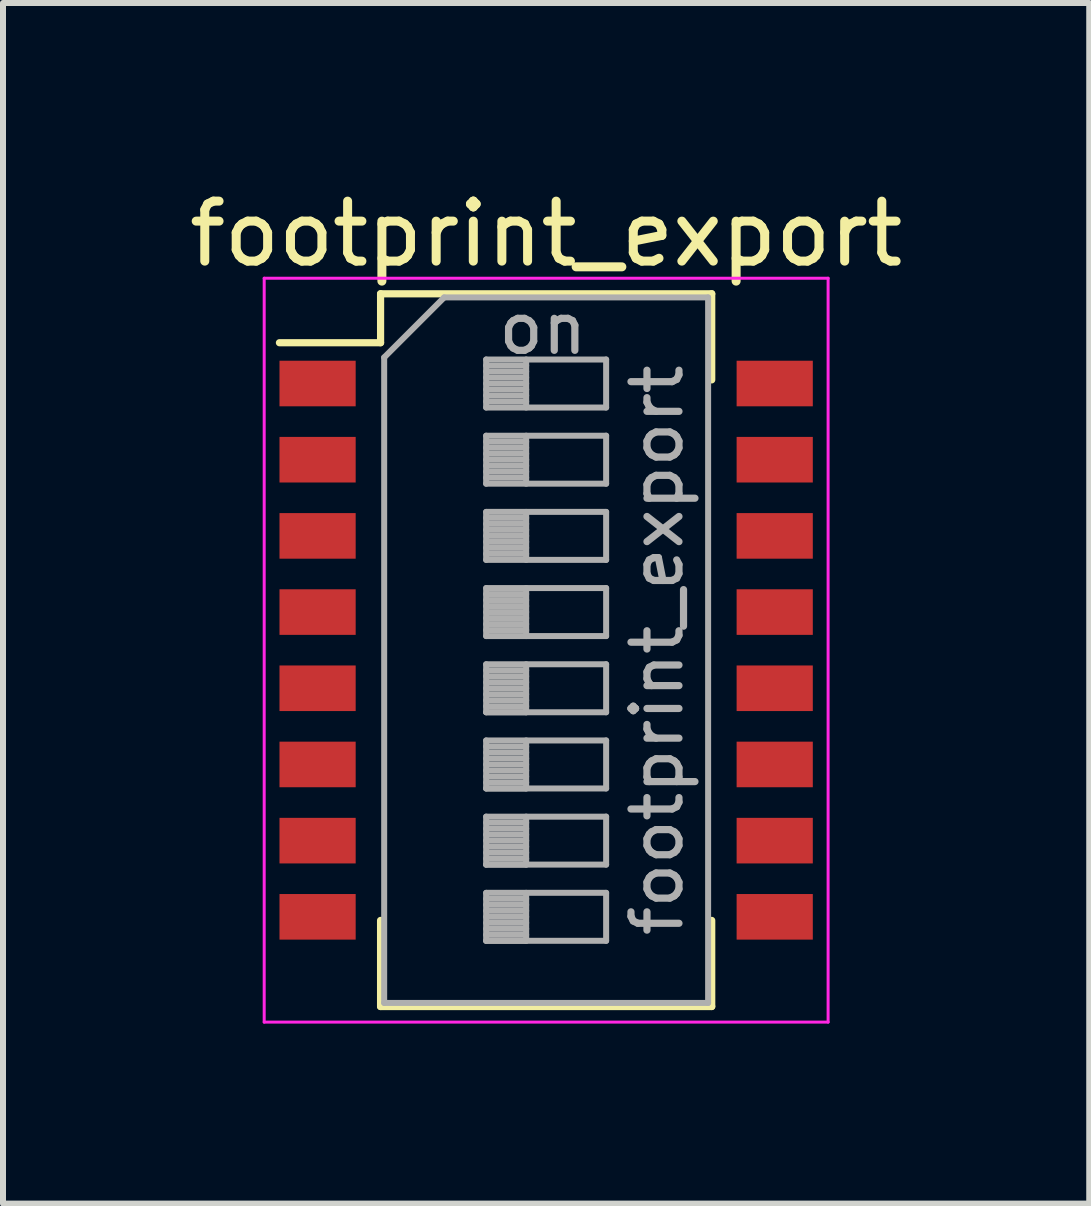
<source format=kicad_pcb>
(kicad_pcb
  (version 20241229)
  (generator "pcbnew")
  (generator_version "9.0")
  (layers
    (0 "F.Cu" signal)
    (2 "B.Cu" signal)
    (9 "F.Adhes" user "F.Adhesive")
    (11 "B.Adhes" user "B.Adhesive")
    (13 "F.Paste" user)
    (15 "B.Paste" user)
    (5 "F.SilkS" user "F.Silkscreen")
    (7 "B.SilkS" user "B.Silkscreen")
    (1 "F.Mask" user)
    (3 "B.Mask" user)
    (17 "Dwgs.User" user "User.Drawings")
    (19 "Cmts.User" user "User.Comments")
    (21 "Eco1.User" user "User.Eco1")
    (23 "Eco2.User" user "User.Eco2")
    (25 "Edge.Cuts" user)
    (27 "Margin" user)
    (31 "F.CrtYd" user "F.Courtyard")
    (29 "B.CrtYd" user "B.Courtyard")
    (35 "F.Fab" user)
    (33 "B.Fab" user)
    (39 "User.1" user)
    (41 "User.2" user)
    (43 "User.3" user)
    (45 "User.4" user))
  (footprint "footprint_export"
    (layer "F.Cu")
    (at 6.054 7.788)
    (property "Reference" "footprint_export" (at 0 -6.94 0) (layer "F.SilkS") (effects (font (size 1 1) (thickness 0.15))))
    (attr smd)
    (fp_line (start -4.446 -5.125) (end -2.76 -5.125) (stroke (width 0.12) (type solid)) (layer "F.SilkS"))
    (fp_line (start -2.76 -5.941) (end -2.76 -5.125) (stroke (width 0.12) (type solid)) (layer "F.SilkS"))
    (fp_line (start -2.76 -5.941) (end 2.76 -5.941) (stroke (width 0.12) (type solid)) (layer "F.SilkS"))
    (fp_line (start -2.76 4.505) (end -2.76 5.94) (stroke (width 0.12) (type solid)) (layer "F.SilkS"))
    (fp_line (start -2.76 5.94) (end 2.76 5.94) (stroke (width 0.12) (type solid)) (layer "F.SilkS"))
    (fp_line (start 2.76 -5.941) (end 2.76 -4.506) (stroke (width 0.12) (type solid)) (layer "F.SilkS"))
    (fp_line (start 2.76 4.505) (end 2.76 5.94) (stroke (width 0.12) (type solid)) (layer "F.SilkS"))
    (fp_line (start -4.7 -6.2) (end -4.7 6.2) (stroke (width 0.05) (type solid)) (layer "F.CrtYd"))
    (fp_line (start -4.7 6.2) (end 4.7 6.2) (stroke (width 0.05) (type solid)) (layer "F.CrtYd"))
    (fp_line (start 4.7 -6.2) (end -4.7 -6.2) (stroke (width 0.05) (type solid)) (layer "F.CrtYd"))
    (fp_line (start 4.7 6.2) (end 4.7 -6.2) (stroke (width 0.05) (type solid)) (layer "F.CrtYd"))
    (fp_line (start -2.7 -4.88) (end -1.7 -5.88) (stroke (width 0.1) (type solid)) (layer "F.Fab"))
    (fp_line (start -2.7 5.88) (end -2.7 -4.88) (stroke (width 0.1) (type solid)) (layer "F.Fab"))
    (fp_line (start -1.7 -5.88) (end 2.7 -5.88) (stroke (width 0.1) (type solid)) (layer "F.Fab"))
    (fp_line (start -1 -4.845) (end -1 -4.045) (stroke (width 0.1) (type solid)) (layer "F.Fab"))
    (fp_line (start -1 -4.745) (end -0.333 -4.745) (stroke (width 0.1) (type solid)) (layer "F.Fab"))
    (fp_line (start -1 -4.645) (end -0.333 -4.645) (stroke (width 0.1) (type solid)) (layer "F.Fab"))
    (fp_line (start -1 -4.545) (end -0.333 -4.545) (stroke (width 0.1) (type solid)) (layer "F.Fab"))
    (fp_line (start -1 -4.445) (end -0.333 -4.445) (stroke (width 0.1) (type solid)) (layer "F.Fab"))
    (fp_line (start -1 -4.345) (end -0.333 -4.345) (stroke (width 0.1) (type solid)) (layer "F.Fab"))
    (fp_line (start -1 -4.245) (end -0.333 -4.245) (stroke (width 0.1) (type solid)) (layer "F.Fab"))
    (fp_line (start -1 -4.145) (end -0.333 -4.145) (stroke (width 0.1) (type solid)) (layer "F.Fab"))
    (fp_line (start -1 -4.045) (end 1 -4.045) (stroke (width 0.1) (type solid)) (layer "F.Fab"))
    (fp_line (start -1 -3.575) (end -1 -2.775) (stroke (width 0.1) (type solid)) (layer "F.Fab"))
    (fp_line (start -1 -3.475) (end -0.333 -3.475) (stroke (width 0.1) (type solid)) (layer "F.Fab"))
    (fp_line (start -1 -3.375) (end -0.333 -3.375) (stroke (width 0.1) (type solid)) (layer "F.Fab"))
    (fp_line (start -1 -3.275) (end -0.333 -3.275) (stroke (width 0.1) (type solid)) (layer "F.Fab"))
    (fp_line (start -1 -3.175) (end -0.333 -3.175) (stroke (width 0.1) (type solid)) (layer "F.Fab"))
    (fp_line (start -1 -3.075) (end -0.333 -3.075) (stroke (width 0.1) (type solid)) (layer "F.Fab"))
    (fp_line (start -1 -2.975) (end -0.333 -2.975) (stroke (width 0.1) (type solid)) (layer "F.Fab"))
    (fp_line (start -1 -2.875) (end -0.333 -2.875) (stroke (width 0.1) (type solid)) (layer "F.Fab"))
    (fp_line (start -1 -2.775) (end 1 -2.775) (stroke (width 0.1) (type solid)) (layer "F.Fab"))
    (fp_line (start -1 -2.305) (end -1 -1.505) (stroke (width 0.1) (type solid)) (layer "F.Fab"))
    (fp_line (start -1 -2.205) (end -0.333 -2.205) (stroke (width 0.1) (type solid)) (layer "F.Fab"))
    (fp_line (start -1 -2.105) (end -0.333 -2.105) (stroke (width 0.1) (type solid)) (layer "F.Fab"))
    (fp_line (start -1 -2.005) (end -0.333 -2.005) (stroke (width 0.1) (type solid)) (layer "F.Fab"))
    (fp_line (start -1 -1.905) (end -0.333 -1.905) (stroke (width 0.1) (type solid)) (layer "F.Fab"))
    (fp_line (start -1 -1.805) (end -0.333 -1.805) (stroke (width 0.1) (type solid)) (layer "F.Fab"))
    (fp_line (start -1 -1.705) (end -0.333 -1.705) (stroke (width 0.1) (type solid)) (layer "F.Fab"))
    (fp_line (start -1 -1.605) (end -0.333 -1.605) (stroke (width 0.1) (type solid)) (layer "F.Fab"))
    (fp_line (start -1 -1.505) (end 1 -1.505) (stroke (width 0.1) (type solid)) (layer "F.Fab"))
    (fp_line (start -1 -1.035) (end -1 -0.235) (stroke (width 0.1) (type solid)) (layer "F.Fab"))
    (fp_line (start -1 -0.935) (end -0.333 -0.935) (stroke (width 0.1) (type solid)) (layer "F.Fab"))
    (fp_line (start -1 -0.835) (end -0.333 -0.835) (stroke (width 0.1) (type solid)) (layer "F.Fab"))
    (fp_line (start -1 -0.735) (end -0.333 -0.735) (stroke (width 0.1) (type solid)) (layer "F.Fab"))
    (fp_line (start -1 -0.635) (end -0.333 -0.635) (stroke (width 0.1) (type solid)) (layer "F.Fab"))
    (fp_line (start -1 -0.535) (end -0.333 -0.535) (stroke (width 0.1) (type solid)) (layer "F.Fab"))
    (fp_line (start -1 -0.435) (end -0.333 -0.435) (stroke (width 0.1) (type solid)) (layer "F.Fab"))
    (fp_line (start -1 -0.335) (end -0.333 -0.335) (stroke (width 0.1) (type solid)) (layer "F.Fab"))
    (fp_line (start -1 -0.235) (end 1 -0.235) (stroke (width 0.1) (type solid)) (layer "F.Fab"))
    (fp_line (start -1 0.235) (end -1 1.035) (stroke (width 0.1) (type solid)) (layer "F.Fab"))
    (fp_line (start -1 0.335) (end -0.333 0.335) (stroke (width 0.1) (type solid)) (layer "F.Fab"))
    (fp_line (start -1 0.435) (end -0.333 0.435) (stroke (width 0.1) (type solid)) (layer "F.Fab"))
    (fp_line (start -1 0.535) (end -0.333 0.535) (stroke (width 0.1) (type solid)) (layer "F.Fab"))
    (fp_line (start -1 0.635) (end -0.333 0.635) (stroke (width 0.1) (type solid)) (layer "F.Fab"))
    (fp_line (start -1 0.735) (end -0.333 0.735) (stroke (width 0.1) (type solid)) (layer "F.Fab"))
    (fp_line (start -1 0.835) (end -0.333 0.835) (stroke (width 0.1) (type solid)) (layer "F.Fab"))
    (fp_line (start -1 0.935) (end -0.333 0.935) (stroke (width 0.1) (type solid)) (layer "F.Fab"))
    (fp_line (start -1 1.035) (end -0.333 1.035) (stroke (width 0.1) (type solid)) (layer "F.Fab"))
    (fp_line (start -1 1.035) (end 1 1.035) (stroke (width 0.1) (type solid)) (layer "F.Fab"))
    (fp_line (start -1 1.505) (end -1 2.305) (stroke (width 0.1) (type solid)) (layer "F.Fab"))
    (fp_line (start -1 1.605) (end -0.333 1.605) (stroke (width 0.1) (type solid)) (layer "F.Fab"))
    (fp_line (start -1 1.705) (end -0.333 1.705) (stroke (width 0.1) (type solid)) (layer "F.Fab"))
    (fp_line (start -1 1.805) (end -0.333 1.805) (stroke (width 0.1) (type solid)) (layer "F.Fab"))
    (fp_line (start -1 1.905) (end -0.333 1.905) (stroke (width 0.1) (type solid)) (layer "F.Fab"))
    (fp_line (start -1 2.005) (end -0.333 2.005) (stroke (width 0.1) (type solid)) (layer "F.Fab"))
    (fp_line (start -1 2.105) (end -0.333 2.105) (stroke (width 0.1) (type solid)) (layer "F.Fab"))
    (fp_line (start -1 2.205) (end -0.333 2.205) (stroke (width 0.1) (type solid)) (layer "F.Fab"))
    (fp_line (start -1 2.305) (end -0.333 2.305) (stroke (width 0.1) (type solid)) (layer "F.Fab"))
    (fp_line (start -1 2.305) (end 1 2.305) (stroke (width 0.1) (type solid)) (layer "F.Fab"))
    (fp_line (start -1 2.775) (end -1 3.575) (stroke (width 0.1) (type solid)) (layer "F.Fab"))
    (fp_line (start -1 2.875) (end -0.333 2.875) (stroke (width 0.1) (type solid)) (layer "F.Fab"))
    (fp_line (start -1 2.975) (end -0.333 2.975) (stroke (width 0.1) (type solid)) (layer "F.Fab"))
    (fp_line (start -1 3.075) (end -0.333 3.075) (stroke (width 0.1) (type solid)) (layer "F.Fab"))
    (fp_line (start -1 3.175) (end -0.333 3.175) (stroke (width 0.1) (type solid)) (layer "F.Fab"))
    (fp_line (start -1 3.275) (end -0.333 3.275) (stroke (width 0.1) (type solid)) (layer "F.Fab"))
    (fp_line (start -1 3.375) (end -0.333 3.375) (stroke (width 0.1) (type solid)) (layer "F.Fab"))
    (fp_line (start -1 3.475) (end -0.333 3.475) (stroke (width 0.1) (type solid)) (layer "F.Fab"))
    (fp_line (start -1 3.575) (end -0.333 3.575) (stroke (width 0.1) (type solid)) (layer "F.Fab"))
    (fp_line (start -1 3.575) (end 1 3.575) (stroke (width 0.1) (type solid)) (layer "F.Fab"))
    (fp_line (start -1 4.045) (end -1 4.845) (stroke (width 0.1) (type solid)) (layer "F.Fab"))
    (fp_line (start -1 4.145) (end -0.333 4.145) (stroke (width 0.1) (type solid)) (layer "F.Fab"))
    (fp_line (start -1 4.245) (end -0.333 4.245) (stroke (width 0.1) (type solid)) (layer "F.Fab"))
    (fp_line (start -1 4.345) (end -0.333 4.345) (stroke (width 0.1) (type solid)) (layer "F.Fab"))
    (fp_line (start -1 4.445) (end -0.333 4.445) (stroke (width 0.1) (type solid)) (layer "F.Fab"))
    (fp_line (start -1 4.545) (end -0.333 4.545) (stroke (width 0.1) (type solid)) (layer "F.Fab"))
    (fp_line (start -1 4.645) (end -0.333 4.645) (stroke (width 0.1) (type solid)) (layer "F.Fab"))
    (fp_line (start -1 4.745) (end -0.333 4.745) (stroke (width 0.1) (type solid)) (layer "F.Fab"))
    (fp_line (start -1 4.845) (end -0.333 4.845) (stroke (width 0.1) (type solid)) (layer "F.Fab"))
    (fp_line (start -1 4.845) (end 1 4.845) (stroke (width 0.1) (type solid)) (layer "F.Fab"))
    (fp_line (start -0.333 -4.845) (end -0.333 -4.045) (stroke (width 0.1) (type solid)) (layer "F.Fab"))
    (fp_line (start -0.333 -3.575) (end -0.333 -2.775) (stroke (width 0.1) (type solid)) (layer "F.Fab"))
    (fp_line (start -0.333 -2.305) (end -0.333 -1.505) (stroke (width 0.1) (type solid)) (layer "F.Fab"))
    (fp_line (start -0.333 -1.035) (end -0.333 -0.235) (stroke (width 0.1) (type solid)) (layer "F.Fab"))
    (fp_line (start -0.333 0.235) (end -0.333 1.035) (stroke (width 0.1) (type solid)) (layer "F.Fab"))
    (fp_line (start -0.333 1.505) (end -0.333 2.305) (stroke (width 0.1) (type solid)) (layer "F.Fab"))
    (fp_line (start -0.333 2.775) (end -0.333 3.575) (stroke (width 0.1) (type solid)) (layer "F.Fab"))
    (fp_line (start -0.333 4.045) (end -0.333 4.845) (stroke (width 0.1) (type solid)) (layer "F.Fab"))
    (fp_line (start 1 -4.845) (end -1 -4.845) (stroke (width 0.1) (type solid)) (layer "F.Fab"))
    (fp_line (start 1 -4.045) (end 1 -4.845) (stroke (width 0.1) (type solid)) (layer "F.Fab"))
    (fp_line (start 1 -3.575) (end -1 -3.575) (stroke (width 0.1) (type solid)) (layer "F.Fab"))
    (fp_line (start 1 -2.775) (end 1 -3.575) (stroke (width 0.1) (type solid)) (layer "F.Fab"))
    (fp_line (start 1 -2.305) (end -1 -2.305) (stroke (width 0.1) (type solid)) (layer "F.Fab"))
    (fp_line (start 1 -1.505) (end 1 -2.305) (stroke (width 0.1) (type solid)) (layer "F.Fab"))
    (fp_line (start 1 -1.035) (end -1 -1.035) (stroke (width 0.1) (type solid)) (layer "F.Fab"))
    (fp_line (start 1 -0.235) (end 1 -1.035) (stroke (width 0.1) (type solid)) (layer "F.Fab"))
    (fp_line (start 1 0.235) (end -1 0.235) (stroke (width 0.1) (type solid)) (layer "F.Fab"))
    (fp_line (start 1 1.035) (end 1 0.235) (stroke (width 0.1) (type solid)) (layer "F.Fab"))
    (fp_line (start 1 1.505) (end -1 1.505) (stroke (width 0.1) (type solid)) (layer "F.Fab"))
    (fp_line (start 1 2.305) (end 1 1.505) (stroke (width 0.1) (type solid)) (layer "F.Fab"))
    (fp_line (start 1 2.775) (end -1 2.775) (stroke (width 0.1) (type solid)) (layer "F.Fab"))
    (fp_line (start 1 3.575) (end 1 2.775) (stroke (width 0.1) (type solid)) (layer "F.Fab"))
    (fp_line (start 1 4.045) (end -1 4.045) (stroke (width 0.1) (type solid)) (layer "F.Fab"))
    (fp_line (start 1 4.845) (end 1 4.045) (stroke (width 0.1) (type solid)) (layer "F.Fab"))
    (fp_line (start 2.7 -5.88) (end 2.7 5.88) (stroke (width 0.1) (type solid)) (layer "F.Fab"))
    (fp_line (start 2.7 5.88) (end -2.7 5.88) (stroke (width 0.1) (type solid)) (layer "F.Fab"))
    (fp_text user "on" (at -0.055 -5.362 0) (layer "F.Fab") (effects (font (size 0.8 0.8) (thickness 0.12))))
    (fp_text user "${REFERENCE}" (at 1.85 0 90) (layer "F.Fab") (effects (font (size 0.8 0.8) (thickness 0.12))))
    (pad "1" smd rect (at -3.81 -4.445) (size 1.27 0.76) (layers "F.Cu" "F.Mask" "F.Paste"))
    (pad "2" smd rect (at -3.81 -3.175) (size 1.27 0.76) (layers "F.Cu" "F.Mask" "F.Paste"))
    (pad "3" smd rect (at -3.81 -1.905) (size 1.27 0.76) (layers "F.Cu" "F.Mask" "F.Paste"))
    (pad "4" smd rect (at -3.81 -0.635) (size 1.27 0.76) (layers "F.Cu" "F.Mask" "F.Paste"))
    (pad "5" smd rect (at -3.81 0.635) (size 1.27 0.76) (layers "F.Cu" "F.Mask" "F.Paste"))
    (pad "6" smd rect (at -3.81 1.905) (size 1.27 0.76) (layers "F.Cu" "F.Mask" "F.Paste"))
    (pad "7" smd rect (at -3.81 3.175) (size 1.27 0.76) (layers "F.Cu" "F.Mask" "F.Paste"))
    (pad "8" smd rect (at -3.81 4.445) (size 1.27 0.76) (layers "F.Cu" "F.Mask" "F.Paste"))
    (pad "9" smd rect (at 3.81 4.445) (size 1.27 0.76) (layers "F.Cu" "F.Mask" "F.Paste"))
    (pad "10" smd rect (at 3.81 3.175) (size 1.27 0.76) (layers "F.Cu" "F.Mask" "F.Paste"))
    (pad "11" smd rect (at 3.81 1.905) (size 1.27 0.76) (layers "F.Cu" "F.Mask" "F.Paste"))
    (pad "12" smd rect (at 3.81 0.635) (size 1.27 0.76) (layers "F.Cu" "F.Mask" "F.Paste"))
    (pad "13" smd rect (at 3.81 -0.635) (size 1.27 0.76) (layers "F.Cu" "F.Mask" "F.Paste"))
    (pad "14" smd rect (at 3.81 -1.905) (size 1.27 0.76) (layers "F.Cu" "F.Mask" "F.Paste"))
    (pad "15" smd rect (at 3.81 -3.175) (size 1.27 0.76) (layers "F.Cu" "F.Mask" "F.Paste"))
    (pad "16" smd rect (at 3.81 -4.445) (size 1.27 0.76) (layers "F.Cu" "F.Mask" "F.Paste")))
  (gr_rect
    (start -3 -3)
    (end 15.107 17.013)
    (stroke (width 0.1) (type default))
    (fill no)
    (layer "Edge.Cuts")))
</source>
